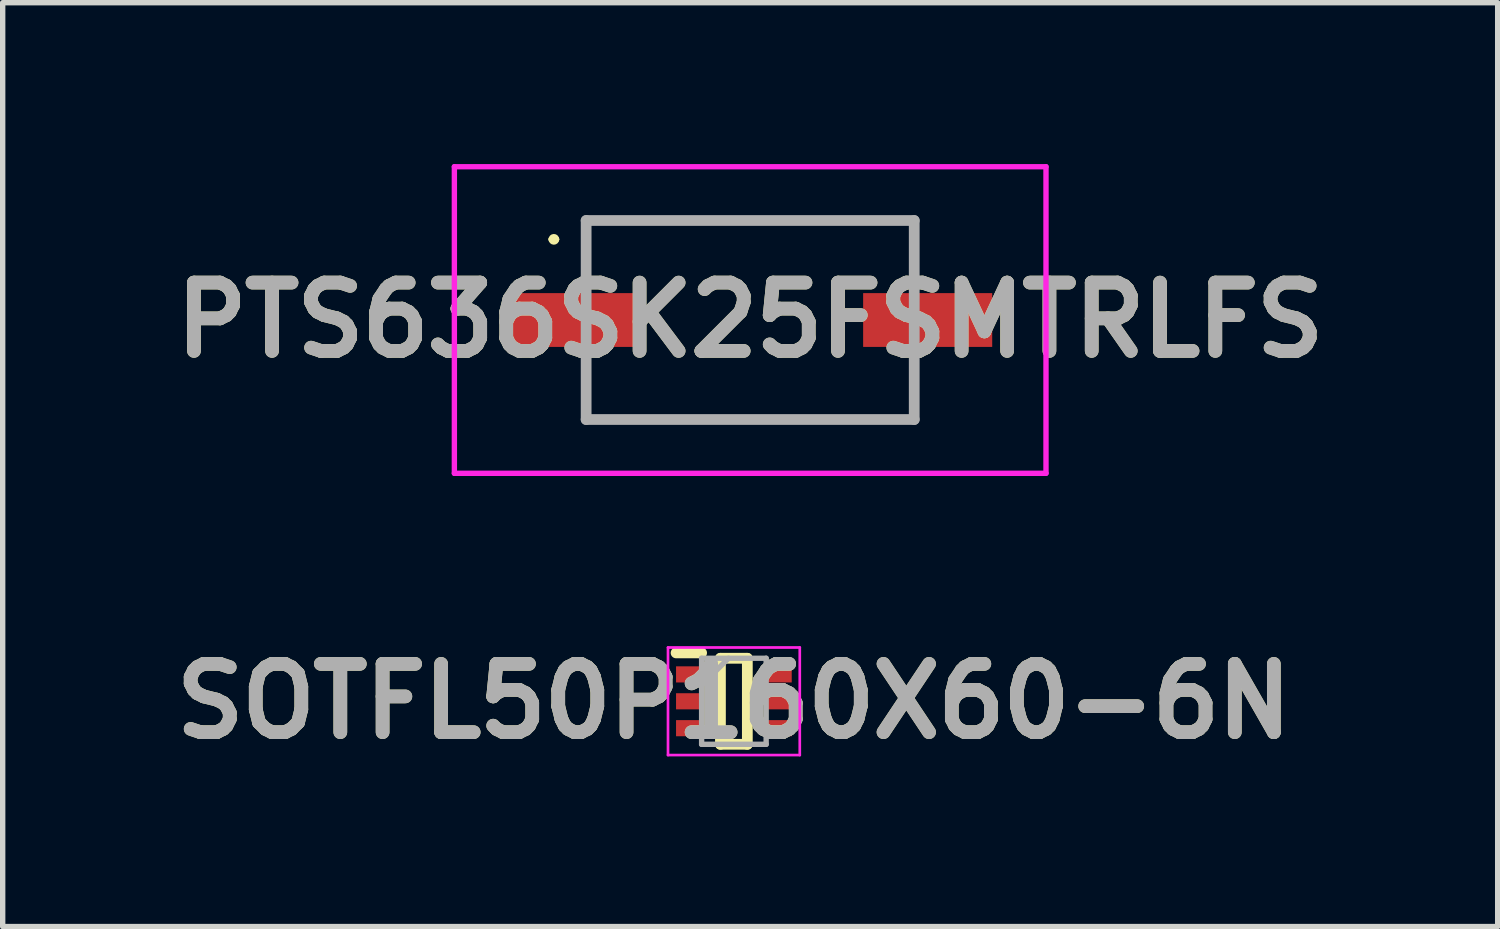
<source format=kicad_pcb>
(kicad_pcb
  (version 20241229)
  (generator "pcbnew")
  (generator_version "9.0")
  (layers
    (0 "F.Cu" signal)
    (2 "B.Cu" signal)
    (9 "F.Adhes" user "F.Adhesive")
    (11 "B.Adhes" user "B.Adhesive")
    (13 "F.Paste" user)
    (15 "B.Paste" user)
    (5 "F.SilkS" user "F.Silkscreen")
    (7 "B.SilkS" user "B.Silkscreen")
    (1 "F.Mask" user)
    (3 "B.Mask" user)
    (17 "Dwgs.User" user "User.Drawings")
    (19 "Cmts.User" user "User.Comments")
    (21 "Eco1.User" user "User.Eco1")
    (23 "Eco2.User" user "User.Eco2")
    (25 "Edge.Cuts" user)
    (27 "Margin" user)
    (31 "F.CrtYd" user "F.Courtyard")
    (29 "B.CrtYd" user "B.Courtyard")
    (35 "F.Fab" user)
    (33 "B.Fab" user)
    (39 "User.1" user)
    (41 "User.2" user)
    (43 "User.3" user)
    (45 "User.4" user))
  (footprint "SOTFL50P160X60-6N"
    (layer "F.Cu")
    (at 10.595 9.989)
    (property "Reference" "SOTFL50P160X60-6N" (at 0 0 0) (layer "F.SilkS") (effects (font (size 1.27 1.27) (thickness 0.254))))
    (attr smd)
    (fp_line (start -1.075 -0.9) (end -0.6 -0.9) (stroke (width 0.2) (type solid)) (layer "F.SilkS"))
    (fp_line (start -0.25 -0.8) (end 0.25 -0.8) (stroke (width 0.2) (type solid)) (layer "F.SilkS"))
    (fp_line (start -0.25 0.8) (end -0.25 -0.8) (stroke (width 0.2) (type solid)) (layer "F.SilkS"))
    (fp_line (start 0.25 -0.8) (end 0.25 0.8) (stroke (width 0.2) (type solid)) (layer "F.SilkS"))
    (fp_line (start 0.25 0.8) (end -0.25 0.8) (stroke (width 0.2) (type solid)) (layer "F.SilkS"))
    (fp_line (start -1.225 -1) (end 1.225 -1) (stroke (width 0.05) (type solid)) (layer "F.CrtYd"))
    (fp_line (start -1.225 1) (end -1.225 -1) (stroke (width 0.05) (type solid)) (layer "F.CrtYd"))
    (fp_line (start 1.225 -1) (end 1.225 1) (stroke (width 0.05) (type solid)) (layer "F.CrtYd"))
    (fp_line (start 1.225 1) (end -1.225 1) (stroke (width 0.05) (type solid)) (layer "F.CrtYd"))
    (fp_line (start -0.6 -0.8) (end 0.6 -0.8) (stroke (width 0.1) (type solid)) (layer "F.Fab"))
    (fp_line (start -0.6 -0.3) (end -0.1 -0.8) (stroke (width 0.1) (type solid)) (layer "F.Fab"))
    (fp_line (start -0.6 0.8) (end -0.6 -0.8) (stroke (width 0.1) (type solid)) (layer "F.Fab"))
    (fp_line (start 0.6 -0.8) (end 0.6 0.8) (stroke (width 0.1) (type solid)) (layer "F.Fab"))
    (fp_line (start 0.6 0.8) (end -0.6 0.8) (stroke (width 0.1) (type solid)) (layer "F.Fab"))
    (fp_text user "${REFERENCE}" (at 0 0 0) (layer "F.Fab") (effects (font (size 1.27 1.27) (thickness 0.254))))
    (pad "1" smd rect (at -0.838 -0.5 90) (size 0.3 0.475) (layers "F.Cu" "F.Mask" "F.Paste"))
    (pad "2" smd rect (at -0.838 0 90) (size 0.3 0.475) (layers "F.Cu" "F.Mask" "F.Paste"))
    (pad "3" smd rect (at -0.838 0.5 90) (size 0.3 0.475) (layers "F.Cu" "F.Mask" "F.Paste"))
    (pad "4" smd rect (at 0.838 0.5 90) (size 0.3 0.475) (layers "F.Cu" "F.Mask" "F.Paste"))
    (pad "5" smd rect (at 0.838 0 90) (size 0.3 0.475) (layers "F.Cu" "F.Mask" "F.Paste"))
    (pad "6" smd rect (at 0.838 -0.5 90) (size 0.3 0.475) (layers "F.Cu" "F.Mask" "F.Paste")))
  (footprint "PTS636SK25FSMTRLFS"
    (layer "F.Cu")
    (at 10.898 2.9)
    (property "Reference" "PTS636SK25FSMTRLFS" (at 0 0 0) (layer "F.SilkS") (effects (font (size 1.27 1.27) (thickness 0.254))))
    (attr smd)
    (fp_line (start -3.7 -1.5) (end -3.7 -1.5) (stroke (width 0.1) (type solid)) (layer "F.SilkS"))
    (fp_line (start -3.6 -1.5) (end -3.6 -1.5) (stroke (width 0.1) (type solid)) (layer "F.SilkS"))
    (fp_line (start -3.05 -1.85) (end 3.05 -1.85) (stroke (width 0.1) (type solid)) (layer "F.SilkS"))
    (fp_line (start -3.05 -0.9) (end -3.05 -1.85) (stroke (width 0.1) (type solid)) (layer "F.SilkS"))
    (fp_line (start -3.05 0.9) (end -3.05 1.85) (stroke (width 0.1) (type solid)) (layer "F.SilkS"))
    (fp_line (start -3.05 1.85) (end 3.05 1.85) (stroke (width 0.1) (type solid)) (layer "F.SilkS"))
    (fp_line (start 3.05 -1.85) (end 3.05 -0.9) (stroke (width 0.1) (type solid)) (layer "F.SilkS"))
    (fp_line (start 3.05 1.85) (end 3.05 0.9) (stroke (width 0.1) (type solid)) (layer "F.SilkS"))
    (fp_arc (start -3.7 -1.5) (mid -3.65 -1.55) (end -3.6 -1.5) (stroke (width 0.1) (type solid)) (layer "F.SilkS"))
    (fp_arc (start -3.6 -1.5) (mid -3.65 -1.45) (end -3.7 -1.5) (stroke (width 0.1) (type solid)) (layer "F.SilkS"))
    (fp_line (start -5.5 -2.85) (end 5.5 -2.85) (stroke (width 0.1) (type solid)) (layer "F.CrtYd"))
    (fp_line (start -5.5 2.85) (end -5.5 -2.85) (stroke (width 0.1) (type solid)) (layer "F.CrtYd"))
    (fp_line (start 5.5 -2.85) (end 5.5 2.85) (stroke (width 0.1) (type solid)) (layer "F.CrtYd"))
    (fp_line (start 5.5 2.85) (end -5.5 2.85) (stroke (width 0.1) (type solid)) (layer "F.CrtYd"))
    (fp_line (start -3.05 -1.85) (end 3.05 -1.85) (stroke (width 0.2) (type solid)) (layer "F.Fab"))
    (fp_line (start -3.05 1.85) (end -3.05 -1.85) (stroke (width 0.2) (type solid)) (layer "F.Fab"))
    (fp_line (start 3.05 -1.85) (end 3.05 1.85) (stroke (width 0.2) (type solid)) (layer "F.Fab"))
    (fp_line (start 3.05 1.85) (end -3.05 1.85) (stroke (width 0.2) (type solid)) (layer "F.Fab"))
    (fp_text user "${REFERENCE}" (at 0 0 0) (layer "F.Fab") (effects (font (size 1.27 1.27) (thickness 0.254))))
    (pad "1" smd rect (at -3.3 0 90) (size 1 2.4) (layers "F.Cu" "F.Mask" "F.Paste"))
    (pad "2" smd rect (at 3.3 0 90) (size 1 2.4) (layers "F.Cu" "F.Mask" "F.Paste")))
  (gr_rect
    (start -3 -3)
    (end 24.796 14.177)
    (stroke (width 0.1) (type default))
    (fill no)
    (layer "Edge.Cuts")))
</source>
